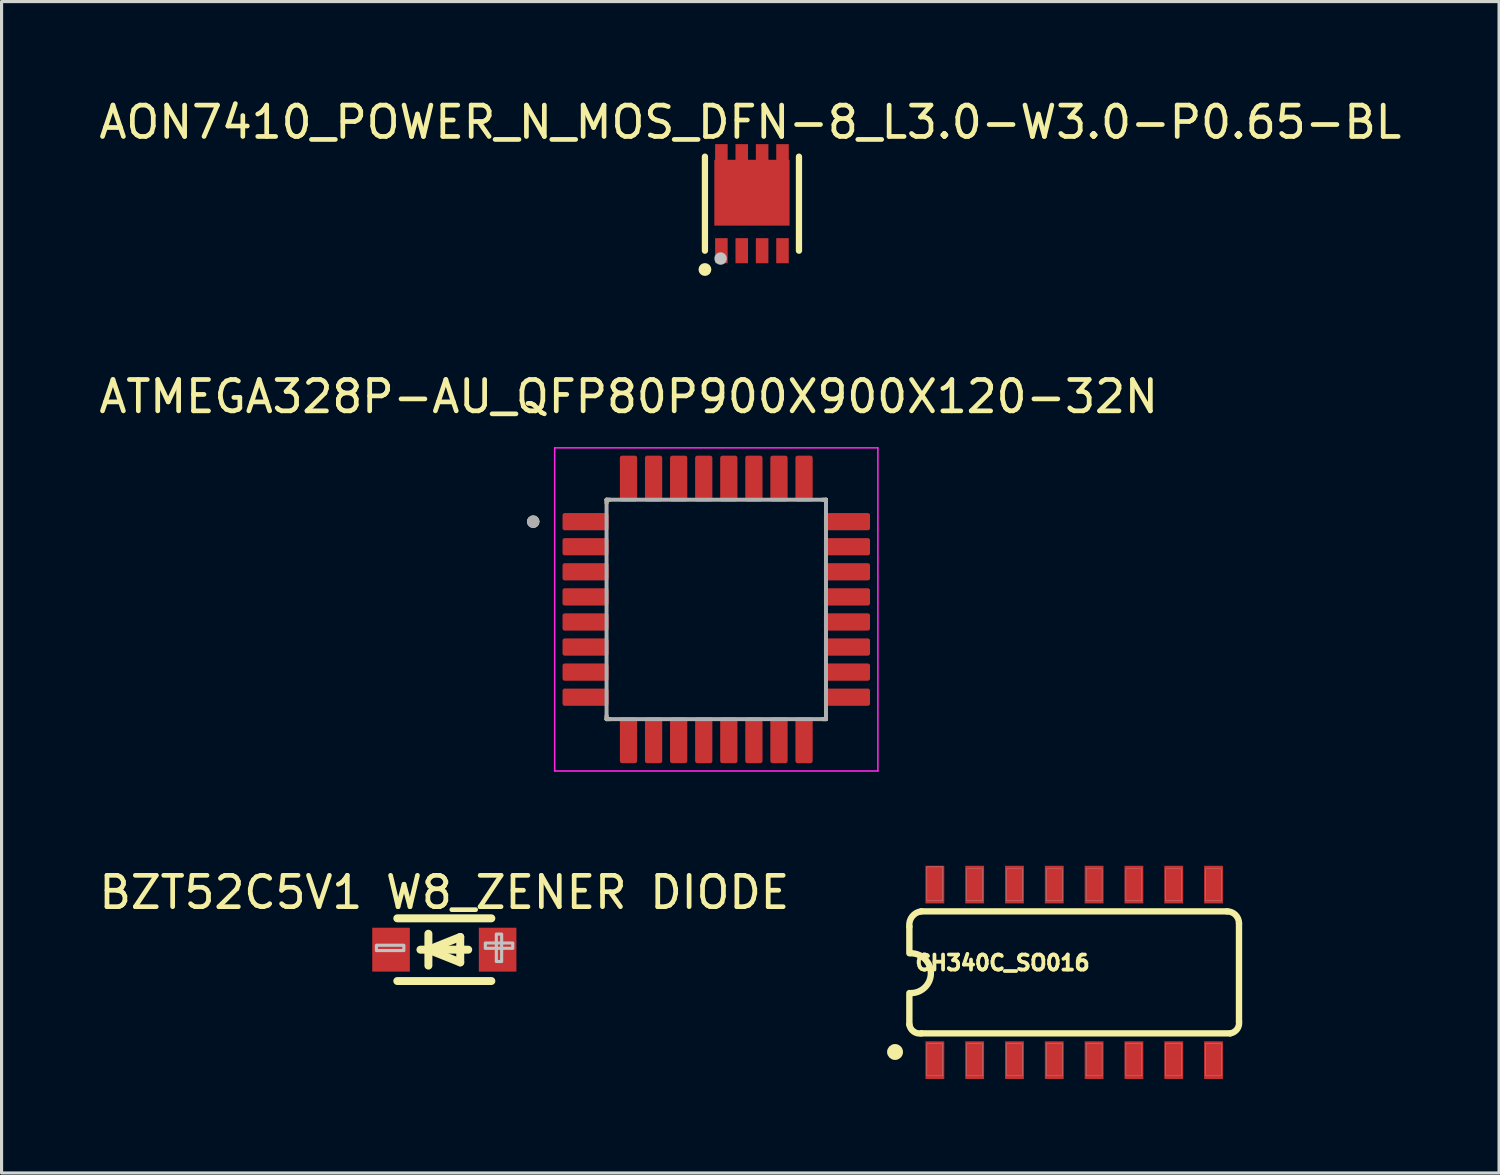
<source format=kicad_pcb>
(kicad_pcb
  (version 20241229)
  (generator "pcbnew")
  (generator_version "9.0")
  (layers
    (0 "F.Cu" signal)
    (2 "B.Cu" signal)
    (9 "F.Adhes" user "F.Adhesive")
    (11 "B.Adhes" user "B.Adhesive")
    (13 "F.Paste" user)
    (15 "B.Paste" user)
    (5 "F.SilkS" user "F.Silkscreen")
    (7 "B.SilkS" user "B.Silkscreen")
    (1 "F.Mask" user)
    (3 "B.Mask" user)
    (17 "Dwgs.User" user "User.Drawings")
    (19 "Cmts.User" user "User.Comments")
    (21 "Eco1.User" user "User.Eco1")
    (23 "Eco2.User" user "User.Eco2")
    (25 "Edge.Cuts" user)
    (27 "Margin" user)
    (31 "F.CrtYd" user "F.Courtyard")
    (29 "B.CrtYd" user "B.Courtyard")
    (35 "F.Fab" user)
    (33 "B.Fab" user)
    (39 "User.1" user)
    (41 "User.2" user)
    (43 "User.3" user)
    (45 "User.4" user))
  (footprint "BZT52C5V1 W8_ZENER DIODE"
    (layer "F.Cu")
    (at 11.125 27.247)
    (property "Reference" "BZT52C5V1 W8_ZENER DIODE" (at 0 -1.827 0) (layer "F.SilkS") (effects (font (size 1 1) (thickness 0.15))))
    (fp_line (start -1.5 -1) (end 1.5 -1) (stroke (width 0.254) (type default)) (layer "F.SilkS"))
    (fp_line (start -1.5 1) (end 1.5 1) (stroke (width 0.254) (type default)) (layer "F.SilkS"))
    (fp_line (start -0.762 0) (end 0.762 0) (stroke (width 0.254) (type default)) (layer "F.SilkS"))
    (fp_line (start -0.508 0) (end 0.508 0.406) (stroke (width 0.254) (type default)) (layer "F.SilkS"))
    (fp_line (start -0.508 0.508) (end -0.508 -0.508) (stroke (width 0.254) (type default)) (layer "F.SilkS"))
    (fp_line (start 0.508 -0.406) (end -0.508 0) (stroke (width 0.254) (type default)) (layer "F.SilkS"))
    (fp_line (start 0.508 0.406) (end 0.508 -0.406) (stroke (width 0.254) (type default)) (layer "F.SilkS"))
    (fp_poly (pts (xy -1.291 -0.141) (xy -2.166 -0.141) (xy -2.166 0.028) (xy -1.291 0.028) (xy -1.291 0.019)) (stroke (width 0.1) (type default)) (fill no) (layer "Dwgs.User"))
    (fp_poly (pts (xy 1.829 0.378) (xy 1.829 -0.497) (xy 1.659 -0.497) (xy 1.659 0.378) (xy 1.669 0.378)) (stroke (width 0.1) (type default)) (fill no) (layer "Dwgs.User"))
    (fp_poly (pts (xy 2.183 -0.213) (xy 1.308 -0.213) (xy 1.308 -0.043) (xy 2.183 -0.043) (xy 2.183 -0.053)) (stroke (width 0.1) (type default)) (fill no) (layer "Dwgs.User"))
    (fp_poly (pts (xy -1.85 -0.5) (xy -1.25 -0.5) (xy -1.25 0.5) (xy -1.85 0.5)) (stroke (width 0.1) (type default)) (fill no) (layer "User.1"))
    (fp_poly (pts (xy 1.25 -0.5) (xy 1.85 -0.5) (xy 1.85 0.5) (xy 1.25 0.5)) (stroke (width 0.1) (type default)) (fill no) (layer "User.1"))
    (fp_line (start -1.4 -0.95) (end 1.4 -0.95) (stroke (width 0.051) (type default)) (layer "User.2"))
    (fp_line (start -1.4 0.95) (end -1.4 -0.95) (stroke (width 0.051) (type default)) (layer "User.2"))
    (fp_line (start 1.4 -0.95) (end 1.4 0.95) (stroke (width 0.051) (type default)) (layer "User.2"))
    (fp_line (start 1.4 0.95) (end -1.4 0.95) (stroke (width 0.051) (type default)) (layer "User.2"))
    (fp_poly (pts (xy -1.795 0.927) (xy -1.827 0.895) (xy -1.873 0.895) (xy -1.905 0.927) (xy -1.905 0.973) (xy -1.873 1.005) (xy -1.827 1.005) (xy -1.795 0.973)) (stroke (width 0.1) (type default)) (fill no) (layer "User.3"))
    (pad "1" smd rect (at -1.7 0) (size 1.2 1.4) (layers "F.Cu" "F.Mask" "F.Paste"))
    (pad "2" smd rect (at 1.7 0) (size 1.2 1.4) (layers "F.Cu" "F.Mask" "F.Paste")))
  (footprint "CH340C_SO016"
    (layer "F.Cu")
    (at 31.219 27.971)
    (property "Reference" "CH340C_SO016" (at -2.286 -0.305 0) (layer "F.SilkS") (effects (font (size 0.48 0.48) (thickness 0.15))))
    (attr smd)
    (fp_line (start -5.258 -1.453) (end -5.258 -0.61) (stroke (width 0.203) (type solid)) (layer "F.SilkS"))
    (fp_line (start -5.258 1.665) (end -5.258 0.66) (stroke (width 0.203) (type solid)) (layer "F.SilkS"))
    (fp_line (start -4.877 1.946) (end 4.977 1.946) (stroke (width 0.203) (type solid)) (layer "F.SilkS"))
    (fp_line (start 4.877 -1.946) (end -4.877 -1.946) (stroke (width 0.203) (type solid)) (layer "F.SilkS"))
    (fp_line (start 5.258 1.565) (end 5.258 -1.565) (stroke (width 0.203) (type solid)) (layer "F.SilkS"))
    (fp_arc (start -5.2578 -1.4653) (mid -5.166948 -1.784731) (end -4.8768 -1.9463) (stroke (width 0.2032) (type solid)) (layer "F.SilkS"))
    (fp_arc (start -5.207 -0.6096) (mid -4.572 0.0254) (end -5.207 0.6604) (stroke (width 0.2032) (type solid)) (layer "F.SilkS"))
    (fp_arc (start -4.8768 1.9463) (mid -5.125497 1.884708) (end -5.2578 1.6653) (stroke (width 0.2032) (type solid)) (layer "F.SilkS"))
    (fp_arc (start 4.8768 -1.9463) (mid 5.146237 -1.834737) (end 5.2578 -1.5653) (stroke (width 0.2032) (type solid)) (layer "F.SilkS"))
    (fp_arc (start 5.2578 1.5653) (mid 5.196208 1.813997) (end 4.9768 1.9463) (stroke (width 0.2032) (type solid)) (layer "F.SilkS"))
    (fp_circle (center -5.715 2.54) (end -5.588 2.54) (stroke (width 0.254) (type solid)) (fill no) (layer "F.SilkS"))
    (fp_poly (pts (xy -4.699 -3.365) (xy -4.191 -3.365) (xy -4.191 -2.286) (xy -4.699 -2.286)) (stroke (width 0.01) (type solid)) (fill no) (layer "F.Fab"))
    (fp_poly (pts (xy -4.699 2.273) (xy -4.191 2.273) (xy -4.191 3.302) (xy -4.699 3.302)) (stroke (width 0.01) (type solid)) (fill no) (layer "F.Fab"))
    (fp_poly (pts (xy -3.429 -3.302) (xy -2.921 -3.302) (xy -2.921 -2.286) (xy -3.429 -2.286)) (stroke (width 0.01) (type solid)) (fill no) (layer "F.Fab"))
    (fp_poly (pts (xy -3.429 2.273) (xy -2.921 2.273) (xy -2.921 3.302) (xy -3.429 3.302)) (stroke (width 0.01) (type solid)) (fill no) (layer "F.Fab"))
    (fp_poly (pts (xy -2.159 -3.302) (xy -1.651 -3.302) (xy -1.651 -2.286) (xy -2.159 -2.286)) (stroke (width 0.01) (type solid)) (fill no) (layer "F.Fab"))
    (fp_poly (pts (xy -2.159 2.273) (xy -1.651 2.273) (xy -1.651 3.302) (xy -2.159 3.302)) (stroke (width 0.01) (type solid)) (fill no) (layer "F.Fab"))
    (fp_poly (pts (xy -0.889 -3.302) (xy -0.381 -3.302) (xy -0.381 -2.286) (xy -0.889 -2.286)) (stroke (width 0.01) (type solid)) (fill no) (layer "F.Fab"))
    (fp_poly (pts (xy -0.889 2.273) (xy -0.381 2.273) (xy -0.381 3.302) (xy -0.889 3.302)) (stroke (width 0.01) (type solid)) (fill no) (layer "F.Fab"))
    (fp_poly (pts (xy 0.381 -3.302) (xy 0.889 -3.302) (xy 0.889 -2.286) (xy 0.381 -2.286)) (stroke (width 0.01) (type solid)) (fill no) (layer "F.Fab"))
    (fp_poly (pts (xy 0.381 2.273) (xy 0.889 2.273) (xy 0.889 3.302) (xy 0.381 3.302)) (stroke (width 0.01) (type solid)) (fill no) (layer "F.Fab"))
    (fp_poly (pts (xy 1.651 -3.302) (xy 2.159 -3.302) (xy 2.159 -2.286) (xy 1.651 -2.286)) (stroke (width 0.01) (type solid)) (fill no) (layer "F.Fab"))
    (fp_poly (pts (xy 1.651 2.273) (xy 2.159 2.273) (xy 2.159 3.302) (xy 1.651 3.302)) (stroke (width 0.01) (type solid)) (fill no) (layer "F.Fab"))
    (fp_poly (pts (xy 2.921 -3.302) (xy 3.429 -3.302) (xy 3.429 -2.286) (xy 2.921 -2.286)) (stroke (width 0.01) (type solid)) (fill no) (layer "F.Fab"))
    (fp_poly (pts (xy 2.921 2.273) (xy 3.429 2.273) (xy 3.429 3.302) (xy 2.921 3.302)) (stroke (width 0.01) (type solid)) (fill no) (layer "F.Fab"))
    (fp_poly (pts (xy 4.191 -3.302) (xy 4.699 -3.302) (xy 4.699 -2.286) (xy 4.191 -2.286)) (stroke (width 0.01) (type solid)) (fill no) (layer "F.Fab"))
    (fp_poly (pts (xy 4.191 2.273) (xy 4.699 2.273) (xy 4.699 3.302) (xy 4.191 3.302)) (stroke (width 0.01) (type solid)) (fill no) (layer "F.Fab"))
    (pad "1" smd rect (at -4.445 2.8) (size 0.6 1.2) (layers "F.Cu" "F.Mask" "F.Paste"))
    (pad "2" smd rect (at -3.175 2.8) (size 0.6 1.2) (layers "F.Cu" "F.Mask" "F.Paste"))
    (pad "3" smd rect (at -1.905 2.8) (size 0.6 1.2) (layers "F.Cu" "F.Mask" "F.Paste"))
    (pad "4" smd rect (at -0.635 2.8) (size 0.6 1.2) (layers "F.Cu" "F.Mask" "F.Paste"))
    (pad "5" smd rect (at 0.635 2.8) (size 0.6 1.2) (layers "F.Cu" "F.Mask" "F.Paste"))
    (pad "6" smd rect (at 1.905 2.8) (size 0.6 1.2) (layers "F.Cu" "F.Mask" "F.Paste"))
    (pad "7" smd rect (at 3.175 2.8) (size 0.6 1.2) (layers "F.Cu" "F.Mask" "F.Paste"))
    (pad "8" smd rect (at 4.445 2.8) (size 0.6 1.2) (layers "F.Cu" "F.Mask" "F.Paste"))
    (pad "9" smd rect (at 4.445 -2.8) (size 0.6 1.2) (layers "F.Cu" "F.Mask" "F.Paste"))
    (pad "10" smd rect (at 3.175 -2.8) (size 0.6 1.2) (layers "F.Cu" "F.Mask" "F.Paste"))
    (pad "11" smd rect (at 1.905 -2.8) (size 0.6 1.2) (layers "F.Cu" "F.Mask" "F.Paste"))
    (pad "12" smd rect (at 0.635 -2.8) (size 0.6 1.2) (layers "F.Cu" "F.Mask" "F.Paste"))
    (pad "13" smd rect (at -0.635 -2.8) (size 0.6 1.2) (layers "F.Cu" "F.Mask" "F.Paste"))
    (pad "14" smd rect (at -1.905 -2.8) (size 0.6 1.2) (layers "F.Cu" "F.Mask" "F.Paste"))
    (pad "15" smd rect (at -3.175 -2.8) (size 0.6 1.2) (layers "F.Cu" "F.Mask" "F.Paste"))
    (pad "16" smd rect (at -4.445 -2.8) (size 0.6 1.2) (layers "F.Cu" "F.Mask" "F.Paste")))
  (footprint "ATMEGA328P-AU_QFP80P900X900X120-32N"
    (layer "F.Cu")
    (at 19.801 16.392)
    (property "Reference" "ATMEGA328P-AU_QFP80P900X900X120-32N" (at -2.795 -6.79 0) (layer "F.SilkS") (effects (font (size 1 1) (thickness 0.15))))
    (attr smd)
    (fp_line (start -3.5 -3.5) (end -3.5 -3.395) (stroke (width 0.127) (type solid)) (layer "F.SilkS"))
    (fp_line (start -3.5 -3.5) (end -3.395 -3.5) (stroke (width 0.127) (type solid)) (layer "F.SilkS"))
    (fp_line (start -3.5 3.5) (end -3.5 3.395) (stroke (width 0.127) (type solid)) (layer "F.SilkS"))
    (fp_line (start -3.5 3.5) (end -3.395 3.5) (stroke (width 0.127) (type solid)) (layer "F.SilkS"))
    (fp_line (start 3.5 -3.5) (end 3.395 -3.5) (stroke (width 0.127) (type solid)) (layer "F.SilkS"))
    (fp_line (start 3.5 -3.5) (end 3.5 -3.395) (stroke (width 0.127) (type solid)) (layer "F.SilkS"))
    (fp_line (start 3.5 3.5) (end 3.395 3.5) (stroke (width 0.127) (type solid)) (layer "F.SilkS"))
    (fp_line (start 3.5 3.5) (end 3.5 3.395) (stroke (width 0.127) (type solid)) (layer "F.SilkS"))
    (fp_circle (center -5.84 -2.8) (end -5.74 -2.8) (stroke (width 0.2) (type solid)) (fill no) (layer "F.SilkS"))
    (fp_line (start -5.155 -5.155) (end 5.155 -5.155) (stroke (width 0.05) (type solid)) (layer "F.CrtYd"))
    (fp_line (start -5.155 5.155) (end -5.155 -5.155) (stroke (width 0.05) (type solid)) (layer "F.CrtYd"))
    (fp_line (start -5.155 5.155) (end 5.155 5.155) (stroke (width 0.05) (type solid)) (layer "F.CrtYd"))
    (fp_line (start 5.155 5.155) (end 5.155 -5.155) (stroke (width 0.05) (type solid)) (layer "F.CrtYd"))
    (fp_line (start -3.5 3.5) (end -3.5 -3.5) (stroke (width 0.127) (type solid)) (layer "F.Fab"))
    (fp_line (start 3.5 -3.5) (end -3.5 -3.5) (stroke (width 0.127) (type solid)) (layer "F.Fab"))
    (fp_line (start 3.5 3.5) (end -3.5 3.5) (stroke (width 0.127) (type solid)) (layer "F.Fab"))
    (fp_line (start 3.5 3.5) (end 3.5 -3.5) (stroke (width 0.127) (type solid)) (layer "F.Fab"))
    (fp_circle (center -5.84 -2.8) (end -5.74 -2.8) (stroke (width 0.2) (type solid)) (fill no) (layer "F.Fab"))
    (pad "1" smd roundrect (at -4.17 -2.8) (size 1.47 0.55) (layers "F.Cu" "F.Mask" "F.Paste") (roundrect_rratio 0.125))
    (pad "2" smd roundrect (at -4.17 -2) (size 1.47 0.55) (layers "F.Cu" "F.Mask" "F.Paste") (roundrect_rratio 0.125))
    (pad "3" smd roundrect (at -4.17 -1.2) (size 1.47 0.55) (layers "F.Cu" "F.Mask" "F.Paste") (roundrect_rratio 0.125))
    (pad "4" smd roundrect (at -4.17 -0.4) (size 1.47 0.55) (layers "F.Cu" "F.Mask" "F.Paste") (roundrect_rratio 0.125))
    (pad "5" smd roundrect (at -4.17 0.4) (size 1.47 0.55) (layers "F.Cu" "F.Mask" "F.Paste") (roundrect_rratio 0.125))
    (pad "6" smd roundrect (at -4.17 1.2) (size 1.47 0.55) (layers "F.Cu" "F.Mask" "F.Paste") (roundrect_rratio 0.125))
    (pad "7" smd roundrect (at -4.17 2) (size 1.47 0.55) (layers "F.Cu" "F.Mask" "F.Paste") (roundrect_rratio 0.125))
    (pad "8" smd roundrect (at -4.17 2.8) (size 1.47 0.55) (layers "F.Cu" "F.Mask" "F.Paste") (roundrect_rratio 0.125))
    (pad "9" smd roundrect (at -2.8 4.17) (size 0.55 1.47) (layers "F.Cu" "F.Mask" "F.Paste") (roundrect_rratio 0.125))
    (pad "10" smd roundrect (at -2 4.17) (size 0.55 1.47) (layers "F.Cu" "F.Mask" "F.Paste") (roundrect_rratio 0.125))
    (pad "11" smd roundrect (at -1.2 4.17) (size 0.55 1.47) (layers "F.Cu" "F.Mask" "F.Paste") (roundrect_rratio 0.125))
    (pad "12" smd roundrect (at -0.4 4.17) (size 0.55 1.47) (layers "F.Cu" "F.Mask" "F.Paste") (roundrect_rratio 0.125))
    (pad "13" smd roundrect (at 0.4 4.17) (size 0.55 1.47) (layers "F.Cu" "F.Mask" "F.Paste") (roundrect_rratio 0.125))
    (pad "14" smd roundrect (at 1.2 4.17) (size 0.55 1.47) (layers "F.Cu" "F.Mask" "F.Paste") (roundrect_rratio 0.125))
    (pad "15" smd roundrect (at 2 4.17) (size 0.55 1.47) (layers "F.Cu" "F.Mask" "F.Paste") (roundrect_rratio 0.125))
    (pad "16" smd roundrect (at 2.8 4.17) (size 0.55 1.47) (layers "F.Cu" "F.Mask" "F.Paste") (roundrect_rratio 0.125))
    (pad "17" smd roundrect (at 4.17 2.8) (size 1.47 0.55) (layers "F.Cu" "F.Mask" "F.Paste") (roundrect_rratio 0.125))
    (pad "18" smd roundrect (at 4.17 2) (size 1.47 0.55) (layers "F.Cu" "F.Mask" "F.Paste") (roundrect_rratio 0.125))
    (pad "19" smd roundrect (at 4.17 1.2) (size 1.47 0.55) (layers "F.Cu" "F.Mask" "F.Paste") (roundrect_rratio 0.125))
    (pad "20" smd roundrect (at 4.17 0.4) (size 1.47 0.55) (layers "F.Cu" "F.Mask" "F.Paste") (roundrect_rratio 0.125))
    (pad "21" smd roundrect (at 4.17 -0.4) (size 1.47 0.55) (layers "F.Cu" "F.Mask" "F.Paste") (roundrect_rratio 0.125))
    (pad "22" smd roundrect (at 4.17 -1.2) (size 1.47 0.55) (layers "F.Cu" "F.Mask" "F.Paste") (roundrect_rratio 0.125))
    (pad "23" smd roundrect (at 4.17 -2) (size 1.47 0.55) (layers "F.Cu" "F.Mask" "F.Paste") (roundrect_rratio 0.125))
    (pad "24" smd roundrect (at 4.17 -2.8) (size 1.47 0.55) (layers "F.Cu" "F.Mask" "F.Paste") (roundrect_rratio 0.125))
    (pad "25" smd roundrect (at 2.8 -4.17) (size 0.55 1.47) (layers "F.Cu" "F.Mask" "F.Paste") (roundrect_rratio 0.125))
    (pad "26" smd roundrect (at 2 -4.17) (size 0.55 1.47) (layers "F.Cu" "F.Mask" "F.Paste") (roundrect_rratio 0.125))
    (pad "27" smd roundrect (at 1.2 -4.17) (size 0.55 1.47) (layers "F.Cu" "F.Mask" "F.Paste") (roundrect_rratio 0.125))
    (pad "28" smd roundrect (at 0.4 -4.17) (size 0.55 1.47) (layers "F.Cu" "F.Mask" "F.Paste") (roundrect_rratio 0.125))
    (pad "29" smd roundrect (at -0.4 -4.17) (size 0.55 1.47) (layers "F.Cu" "F.Mask" "F.Paste") (roundrect_rratio 0.125))
    (pad "30" smd roundrect (at -1.2 -4.17) (size 0.55 1.47) (layers "F.Cu" "F.Mask" "F.Paste") (roundrect_rratio 0.125))
    (pad "31" smd roundrect (at -2 -4.17) (size 0.55 1.47) (layers "F.Cu" "F.Mask" "F.Paste") (roundrect_rratio 0.125))
    (pad "32" smd roundrect (at -2.8 -4.17) (size 0.55 1.47) (layers "F.Cu" "F.Mask" "F.Paste") (roundrect_rratio 0.125)))
  (footprint "AON7410_POWER_N_MOS_DFN-8_L3.0-W3.0-P0.65-BL"
    (layer "F.Cu")
    (at 20.939 3.448)
    (property "Reference" "AON7410_POWER_N_MOS_DFN-8_L3.0-W3.0-P0.65-BL" (at -0.052 -2.6 0) (layer "F.SilkS") (effects (font (size 1 1) (thickness 0.15))))
    (fp_line (start -1.5 -1.5) (end -1.5 1.5) (stroke (width 0.2) (type default)) (layer "F.SilkS"))
    (fp_line (start 1.5 -1.5) (end 1.5 1.5) (stroke (width 0.2) (type default)) (layer "F.SilkS"))
    (fp_circle (center -1.5 2.1) (end -1.395 2.1) (stroke (width 0.2) (type default)) (fill no) (layer "F.SilkS"))
    (fp_poly (pts (xy -0.775 1.9) (xy -1.175 1.9) (xy -1.175 1.1) (xy -0.775 1.1)) (stroke (width 0) (type default)) (fill yes) (layer "F.Paste"))
    (fp_poly (pts (xy -0.124 1.9) (xy -0.524 1.9) (xy -0.524 1.1) (xy -0.124 1.1)) (stroke (width 0) (type default)) (fill yes) (layer "F.Paste"))
    (fp_poly (pts (xy 0.525 1.9) (xy 0.126 1.9) (xy 0.126 1.1) (xy 0.525 1.1)) (stroke (width 0) (type default)) (fill yes) (layer "F.Paste"))
    (fp_poly (pts (xy 1.175 1.9) (xy 0.775 1.9) (xy 0.775 1.1) (xy 1.175 1.1)) (stroke (width 0) (type default)) (fill yes) (layer "F.Paste"))
    (fp_poly (pts (xy 1.2 0.7) (xy -1.2 0.7) (xy -1.2 -1.4) (xy -1.175 -1.4) (xy -1.175 -1.9) (xy -0.775 -1.9) (xy -0.775 -1.4) (xy -0.525 -1.4) (xy -0.525 -1.9) (xy -0.125 -1.9) (xy -0.125 -1.4) (xy 0.125 -1.4) (xy 0.125 -1.9) (xy 0.525 -1.9) (xy 0.525 -1.4) (xy 0.775 -1.4) (xy 0.775 -1.9) (xy 1.175 -1.9) (xy 1.175 -1.4) (xy 1.2 -1.4)) (stroke (width 0) (type default)) (fill yes) (layer "F.Paste"))
    (fp_circle (center -1 1.75) (end -0.9 1.75) (stroke (width 0.2) (type default)) (fill no) (layer "Dwgs.User"))
    (fp_poly (pts (xy -1.175 -1.35) (xy 1.175 -1.35) (xy 1.175 0.65) (xy -1.175 0.65)) (stroke (width 0.1) (type default)) (fill no) (layer "User.1"))
    (fp_poly (pts (xy -0.825 -1.2) (xy -1.125 -1.2) (xy -1.125 -1.6) (xy -0.825 -1.6)) (stroke (width 0.1) (type default)) (fill no) (layer "User.1"))
    (fp_poly (pts (xy -0.825 1.6) (xy -1.125 1.6) (xy -1.125 1.2) (xy -0.825 1.2)) (stroke (width 0.1) (type default)) (fill no) (layer "User.1"))
    (fp_poly (pts (xy -0.175 -1.2) (xy -0.475 -1.2) (xy -0.475 -1.6) (xy -0.175 -1.6)) (stroke (width 0.1) (type default)) (fill no) (layer "User.1"))
    (fp_poly (pts (xy -0.175 1.6) (xy -0.475 1.6) (xy -0.475 1.2) (xy -0.175 1.2)) (stroke (width 0.1) (type default)) (fill no) (layer "User.1"))
    (fp_poly (pts (xy 0.475 -1.2) (xy 0.175 -1.2) (xy 0.175 -1.6) (xy 0.475 -1.6)) (stroke (width 0.1) (type default)) (fill no) (layer "User.1"))
    (fp_poly (pts (xy 0.475 1.6) (xy 0.175 1.6) (xy 0.175 1.2) (xy 0.475 1.2)) (stroke (width 0.1) (type default)) (fill no) (layer "User.1"))
    (fp_poly (pts (xy 1.125 -1.2) (xy 0.825 -1.2) (xy 0.825 -1.6) (xy 1.125 -1.6)) (stroke (width 0.1) (type default)) (fill no) (layer "User.1"))
    (fp_poly (pts (xy 1.125 1.6) (xy 0.825 1.6) (xy 0.825 1.2) (xy 1.125 1.2)) (stroke (width 0.1) (type default)) (fill no) (layer "User.1"))
    (fp_line (start -1.5 -1.5) (end 1.5 -1.5) (stroke (width 0.051) (type default)) (layer "User.2"))
    (fp_line (start -1.5 1.5) (end -1.5 -1.5) (stroke (width 0.051) (type default)) (layer "User.2"))
    (fp_line (start 1.5 -1.5) (end 1.5 1.5) (stroke (width 0.051) (type default)) (layer "User.2"))
    (fp_line (start 1.5 1.5) (end -1.5 1.5) (stroke (width 0.051) (type default)) (layer "User.2"))
    (fp_poly (pts (xy -1.445 1.577) (xy -1.477 1.545) (xy -1.523 1.545) (xy -1.555 1.577) (xy -1.555 1.623) (xy -1.523 1.655) (xy -1.477 1.655) (xy -1.445 1.623)) (stroke (width 0.1) (type default)) (fill no) (layer "User.3"))
    (pad "1" smd rect (at -0.975 1.5 180) (size 0.4 0.8) (layers "F.Cu" "F.Mask" "F.Paste"))
    (pad "2" smd rect (at -0.325 1.5 180) (size 0.4 0.8) (layers "F.Cu" "F.Mask" "F.Paste"))
    (pad "3" smd rect (at 0.325 1.5 180) (size 0.4 0.8) (layers "F.Cu" "F.Mask" "F.Paste"))
    (pad "4" smd rect (at 0.975 1.5 180) (size 0.4 0.8) (layers "F.Cu" "F.Mask" "F.Paste"))
    (pad "5" smd rect (at 0.975 -1.5 180) (size 0.4 0.8) (layers "F.Cu" "F.Mask" "F.Paste"))
    (pad "6" smd rect (at 0.325 -1.5 180) (size 0.4 0.8) (layers "F.Cu" "F.Mask" "F.Paste"))
    (pad "7" smd rect (at -0.325 -1.5 180) (size 0.4 0.8) (layers "F.Cu" "F.Mask" "F.Paste"))
    (pad "8" smd rect (at -0.975 -1.5 180) (size 0.4 0.8) (layers "F.Cu" "F.Mask" "F.Paste"))
    (pad "9" smd rect (at 0 -0.35) (size 2.4 2.1) (layers "F.Cu" "F.Mask" "F.Paste")))
  (gr_rect
    (start -3 -3)
    (end 44.774 34.371)
    (stroke (width 0.1) (type default))
    (fill no)
    (layer "Edge.Cuts")))
</source>
